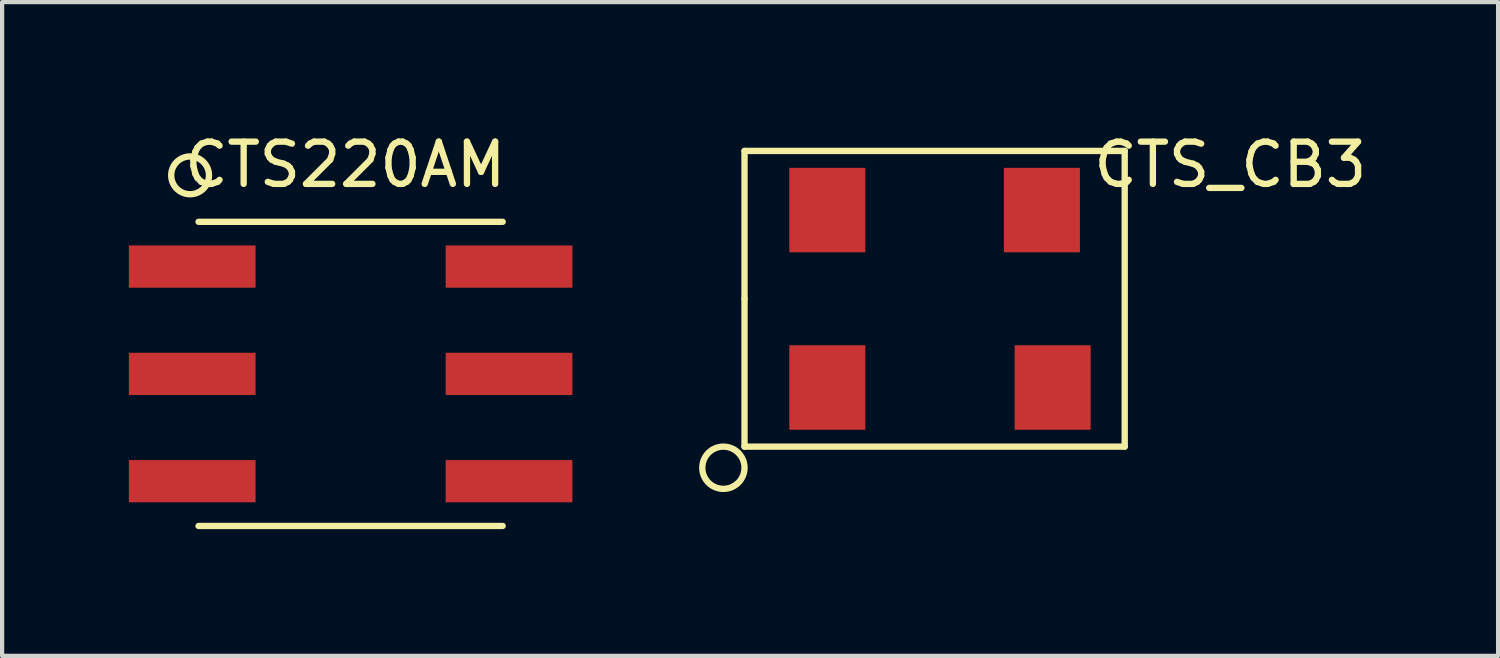
<source format=kicad_pcb>
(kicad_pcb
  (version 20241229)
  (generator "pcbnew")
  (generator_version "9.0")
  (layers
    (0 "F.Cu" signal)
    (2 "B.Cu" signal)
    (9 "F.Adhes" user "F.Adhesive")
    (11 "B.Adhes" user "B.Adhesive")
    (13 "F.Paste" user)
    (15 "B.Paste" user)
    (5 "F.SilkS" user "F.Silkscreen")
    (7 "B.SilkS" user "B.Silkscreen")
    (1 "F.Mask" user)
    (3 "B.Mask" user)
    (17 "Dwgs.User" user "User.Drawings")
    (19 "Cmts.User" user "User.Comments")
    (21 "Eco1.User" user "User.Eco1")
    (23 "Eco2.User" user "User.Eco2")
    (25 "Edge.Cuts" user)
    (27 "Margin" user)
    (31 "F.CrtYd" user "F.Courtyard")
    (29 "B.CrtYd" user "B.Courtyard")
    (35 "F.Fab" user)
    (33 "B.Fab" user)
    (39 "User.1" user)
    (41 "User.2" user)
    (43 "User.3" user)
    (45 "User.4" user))
  (footprint "CTS220AM"
    (layer "F.Cu")
    (at 5.25 5.801)
    (property "Reference" "CTS220AM" (at -0.127 -4.953 0) (layer "F.SilkS") (effects (font (size 1 1) (thickness 0.15))))
    (attr through_hole)
    (fp_line (start -3.6 -3.6) (end 3.6 -3.6) (stroke (width 0.15) (type solid)) (layer "F.SilkS"))
    (fp_line (start -3.6 3.6) (end 3.6 3.6) (stroke (width 0.15) (type solid)) (layer "F.SilkS"))
    (fp_circle (center -3.8 -4.7) (end -3.4 -4.5) (stroke (width 0.15) (type solid)) (fill no) (layer "F.SilkS"))
    (pad "1" smd rect (at -3.75 -2.54) (size 3 1) (layers "F.Cu" "F.Mask" "F.Paste"))
    (pad "2" smd rect (at -3.75 0) (size 3 1) (layers "F.Cu" "F.Mask" "F.Paste"))
    (pad "3" smd rect (at -3.75 2.54) (size 3 1) (layers "F.Cu" "F.Mask" "F.Paste"))
    (pad "4" smd rect (at 3.75 2.54) (size 3 1) (layers "F.Cu" "F.Mask" "F.Paste"))
    (pad "5" smd rect (at 3.75 0) (size 3 1) (layers "F.Cu" "F.Mask" "F.Paste"))
    (pad "6" smd rect (at 3.75 -2.54) (size 3 1) (layers "F.Cu" "F.Mask" "F.Paste")))
  (footprint "CTS_CB3"
    (layer "F.Cu")
    (at 19.075 4.023)
    (property "Reference" "CTS_CB3" (at 7 -3.175 0) (layer "F.SilkS") (effects (font (size 1 1) (thickness 0.15))))
    (attr through_hole)
    (fp_line (start -4.5 -3.5) (end 4.5 -3.5) (stroke (width 0.15) (type solid)) (layer "F.SilkS"))
    (fp_line (start -4.5 0) (end -4.5 -3.5) (stroke (width 0.15) (type solid)) (layer "F.SilkS"))
    (fp_line (start -4.5 3.5) (end -4.5 0) (stroke (width 0.15) (type solid)) (layer "F.SilkS"))
    (fp_line (start 4.5 -3.5) (end 4.5 3.5) (stroke (width 0.15) (type solid)) (layer "F.SilkS"))
    (fp_line (start 4.5 3.5) (end -4.5 3.5) (stroke (width 0.15) (type solid)) (layer "F.SilkS"))
    (fp_circle (center -5 4) (end -5 4.5) (stroke (width 0.15) (type solid)) (fill no) (layer "F.SilkS"))
    (pad "1" smd rect (at -2.54 2.1) (size 1.8 2) (layers "F.Cu" "F.Mask" "F.Paste"))
    (pad "2" smd rect (at 2.794 2.1) (size 1.8 2) (layers "F.Cu" "F.Mask" "F.Paste"))
    (pad "3" smd rect (at 2.54 -2.1) (size 1.8 2) (layers "F.Cu" "F.Mask" "F.Paste"))
    (pad "4" smd rect (at -2.54 -2.1) (size 1.8 2) (layers "F.Cu" "F.Mask" "F.Paste")))
  (gr_rect
    (start -3 -3)
    (end 32.414 12.476)
    (stroke (width 0.1) (type default))
    (fill no)
    (layer "Edge.Cuts")))
</source>
